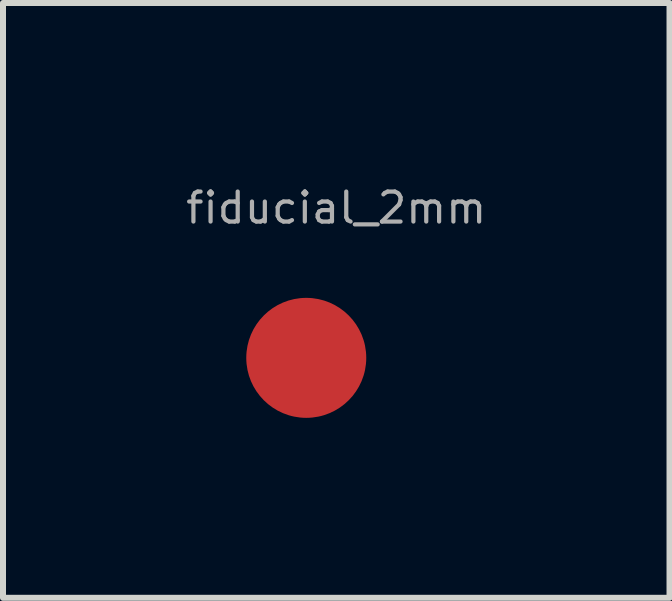
<source format=kicad_pcb>
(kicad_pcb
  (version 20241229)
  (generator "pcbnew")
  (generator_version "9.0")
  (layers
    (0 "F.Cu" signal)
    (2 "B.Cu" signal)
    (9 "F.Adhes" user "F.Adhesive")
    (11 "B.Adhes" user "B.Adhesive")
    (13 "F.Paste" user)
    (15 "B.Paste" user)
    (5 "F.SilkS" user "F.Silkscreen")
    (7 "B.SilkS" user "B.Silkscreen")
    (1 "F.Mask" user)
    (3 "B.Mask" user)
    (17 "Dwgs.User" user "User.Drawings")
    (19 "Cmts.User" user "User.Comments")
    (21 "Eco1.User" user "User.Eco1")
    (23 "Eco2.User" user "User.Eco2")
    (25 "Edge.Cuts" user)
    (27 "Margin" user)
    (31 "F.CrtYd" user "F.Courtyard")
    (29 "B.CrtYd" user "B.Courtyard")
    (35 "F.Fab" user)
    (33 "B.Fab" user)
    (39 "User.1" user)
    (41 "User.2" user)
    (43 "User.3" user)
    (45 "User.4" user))
  (footprint "fiducial_2mm"
    (layer "F.Cu")
    (at 2.055 2.915)
    (property "Reference" "fiducial_2mm" (at 0.5 -2.5 0) (layer "F.Fab") (effects (font (size 0.5 0.5) (thickness 0.07))))
    (attr through_hole)
    (pad "1" smd circle (at 0 0) (size 2 2) (layers "F.Cu" "F.Mask" "F.Paste")))
  (gr_rect
    (start -3 -3)
    (end 8.11 6.915)
    (stroke (width 0.1) (type default))
    (fill no)
    (layer "Edge.Cuts")))
</source>
